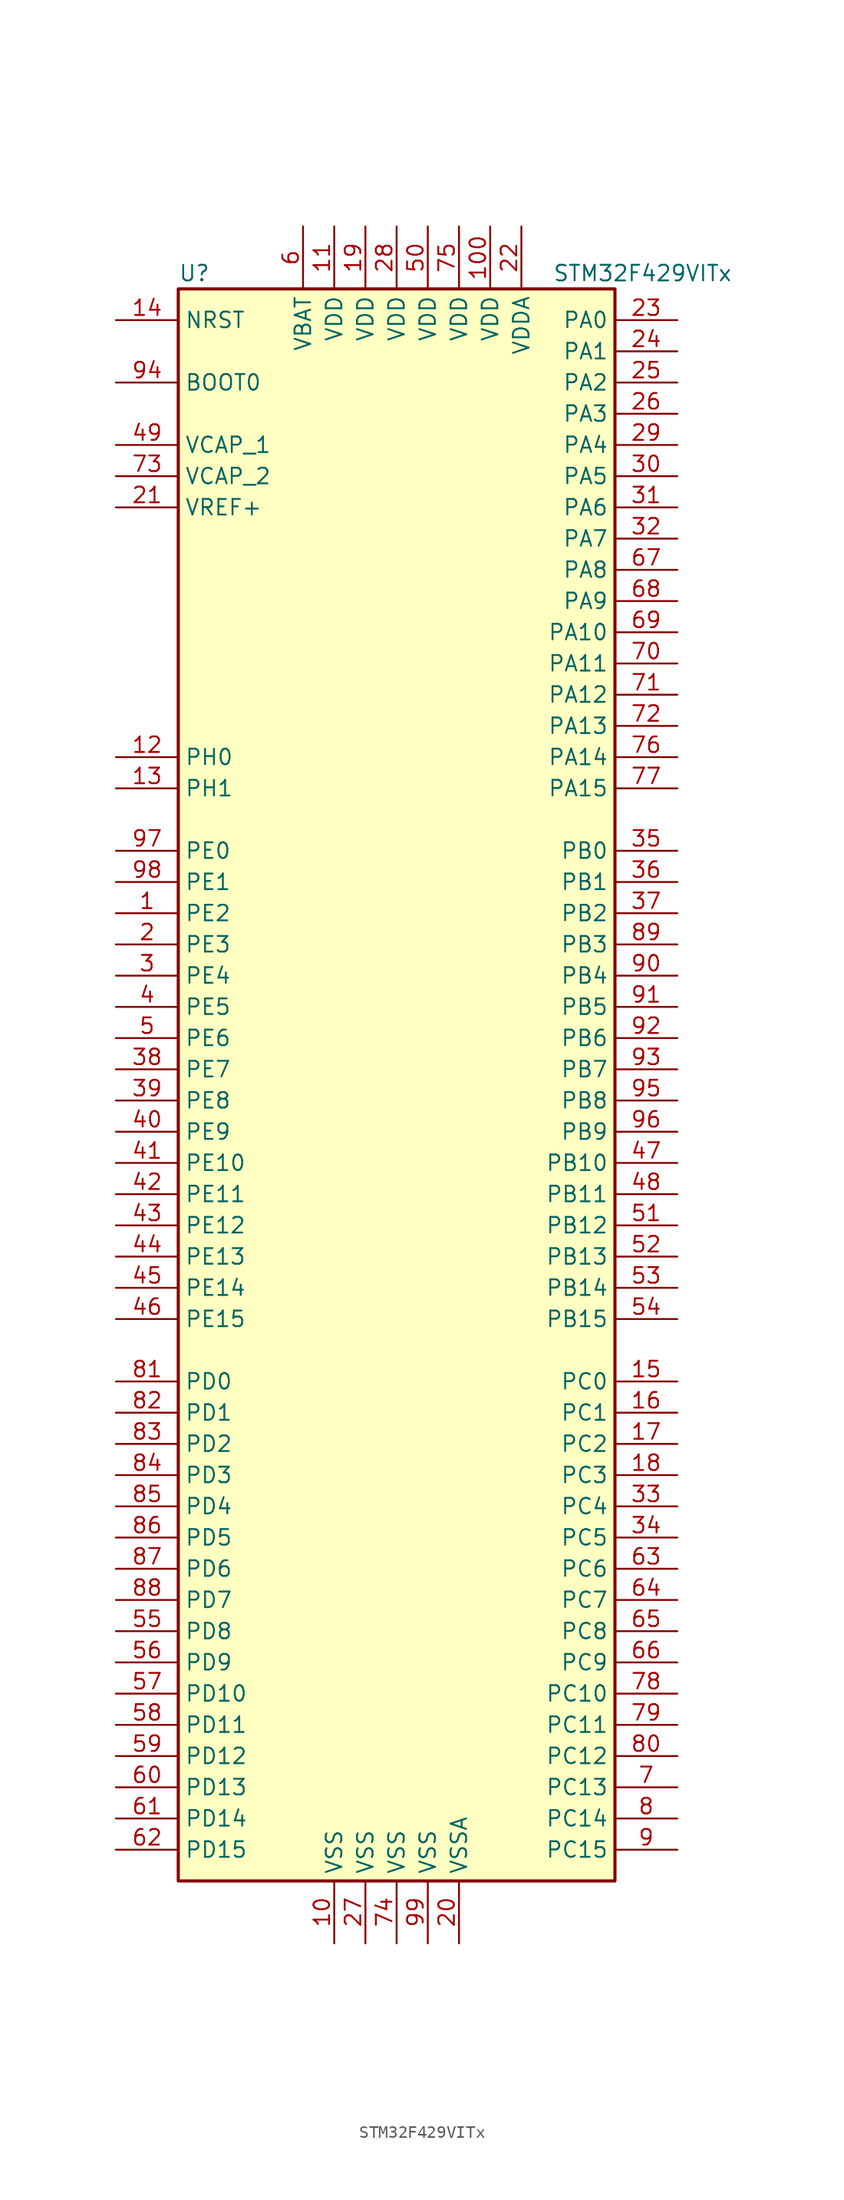
<source format=kicad_sym>
(kicad_symbol_lib
  (version 20211014)
  (generator kicad_symbol_editor)
  (symbol "STM32F429VITx"
    (property "Reference" "U"
      (at -17.78 64.77 0)
      (effects (font (size 1.27 1.27)) (justify left)))
    (property "Value" "STM32F429VITx"
      (at 12.7 64.77 0)
      (effects (font (size 1.27 1.27)) (justify left)))
    (symbol "STM32F429VITx_0_1"
      (rectangle (start -17.78 -66.04) (end 17.78 63.5) (stroke (width 0.254) (type default) (color 0 0 0 0)) (fill (type background))))
    (symbol "STM32F429VITx_1_1"
      (pin bidirectional line (at -22.86 12.7 0) (length 5.08) (name "PE2" (effects (font (size 1.27 1.27)))) (number "1" (effects (font (size 1.27 1.27)))))
      (pin power_in line (at -5.08 -71.12 90) (length 5.08) (name "VSS" (effects (font (size 1.27 1.27)))) (number "10" (effects (font (size 1.27 1.27)))))
      (pin power_in line (at 7.62 68.58 270) (length 5.08) (name "VDD" (effects (font (size 1.27 1.27)))) (number "100" (effects (font (size 1.27 1.27)))))
      (pin power_in line (at -5.08 68.58 270) (length 5.08) (name "VDD" (effects (font (size 1.27 1.27)))) (number "11" (effects (font (size 1.27 1.27)))))
      (pin input line (at -22.86 25.4 0) (length 5.08) (name "PH0" (effects (font (size 1.27 1.27)))) (number "12" (effects (font (size 1.27 1.27)))))
      (pin input line (at -22.86 22.86 0) (length 5.08) (name "PH1" (effects (font (size 1.27 1.27)))) (number "13" (effects (font (size 1.27 1.27)))))
      (pin input line (at -22.86 60.96 0) (length 5.08) (name "NRST" (effects (font (size 1.27 1.27)))) (number "14" (effects (font (size 1.27 1.27)))))
      (pin bidirectional line (at 22.86 -25.4 180) (length 5.08) (name "PC0" (effects (font (size 1.27 1.27)))) (number "15" (effects (font (size 1.27 1.27)))))
      (pin bidirectional line (at 22.86 -27.94 180) (length 5.08) (name "PC1" (effects (font (size 1.27 1.27)))) (number "16" (effects (font (size 1.27 1.27)))))
      (pin bidirectional line (at 22.86 -30.48 180) (length 5.08) (name "PC2" (effects (font (size 1.27 1.27)))) (number "17" (effects (font (size 1.27 1.27)))))
      (pin bidirectional line (at 22.86 -33.02 180) (length 5.08) (name "PC3" (effects (font (size 1.27 1.27)))) (number "18" (effects (font (size 1.27 1.27)))))
      (pin power_in line (at -2.54 68.58 270) (length 5.08) (name "VDD" (effects (font (size 1.27 1.27)))) (number "19" (effects (font (size 1.27 1.27)))))
      (pin bidirectional line (at -22.86 10.16 0) (length 5.08) (name "PE3" (effects (font (size 1.27 1.27)))) (number "2" (effects (font (size 1.27 1.27)))))
      (pin power_in line (at 5.08 -71.12 90) (length 5.08) (name "VSSA" (effects (font (size 1.27 1.27)))) (number "20" (effects (font (size 1.27 1.27)))))
      (pin power_in line (at -22.86 45.72 0) (length 5.08) (name "VREF+" (effects (font (size 1.27 1.27)))) (number "21" (effects (font (size 1.27 1.27)))))
      (pin power_in line (at 10.16 68.58 270) (length 5.08) (name "VDDA" (effects (font (size 1.27 1.27)))) (number "22" (effects (font (size 1.27 1.27)))))
      (pin bidirectional line (at 22.86 60.96 180) (length 5.08) (name "PA0" (effects (font (size 1.27 1.27)))) (number "23" (effects (font (size 1.27 1.27)))))
      (pin bidirectional line (at 22.86 58.42 180) (length 5.08) (name "PA1" (effects (font (size 1.27 1.27)))) (number "24" (effects (font (size 1.27 1.27)))))
      (pin bidirectional line (at 22.86 55.88 180) (length 5.08) (name "PA2" (effects (font (size 1.27 1.27)))) (number "25" (effects (font (size 1.27 1.27)))))
      (pin bidirectional line (at 22.86 53.34 180) (length 5.08) (name "PA3" (effects (font (size 1.27 1.27)))) (number "26" (effects (font (size 1.27 1.27)))))
      (pin power_in line (at -2.54 -71.12 90) (length 5.08) (name "VSS" (effects (font (size 1.27 1.27)))) (number "27" (effects (font (size 1.27 1.27)))))
      (pin power_in line (at 0 68.58 270) (length 5.08) (name "VDD" (effects (font (size 1.27 1.27)))) (number "28" (effects (font (size 1.27 1.27)))))
      (pin bidirectional line (at 22.86 50.8 180) (length 5.08) (name "PA4" (effects (font (size 1.27 1.27)))) (number "29" (effects (font (size 1.27 1.27)))))
      (pin bidirectional line (at -22.86 7.62 0) (length 5.08) (name "PE4" (effects (font (size 1.27 1.27)))) (number "3" (effects (font (size 1.27 1.27)))))
      (pin bidirectional line (at 22.86 48.26 180) (length 5.08) (name "PA5" (effects (font (size 1.27 1.27)))) (number "30" (effects (font (size 1.27 1.27)))))
      (pin bidirectional line (at 22.86 45.72 180) (length 5.08) (name "PA6" (effects (font (size 1.27 1.27)))) (number "31" (effects (font (size 1.27 1.27)))))
      (pin bidirectional line (at 22.86 43.18 180) (length 5.08) (name "PA7" (effects (font (size 1.27 1.27)))) (number "32" (effects (font (size 1.27 1.27)))))
      (pin bidirectional line (at 22.86 -35.56 180) (length 5.08) (name "PC4" (effects (font (size 1.27 1.27)))) (number "33" (effects (font (size 1.27 1.27)))))
      (pin bidirectional line (at 22.86 -38.1 180) (length 5.08) (name "PC5" (effects (font (size 1.27 1.27)))) (number "34" (effects (font (size 1.27 1.27)))))
      (pin bidirectional line (at 22.86 17.78 180) (length 5.08) (name "PB0" (effects (font (size 1.27 1.27)))) (number "35" (effects (font (size 1.27 1.27)))))
      (pin bidirectional line (at 22.86 15.24 180) (length 5.08) (name "PB1" (effects (font (size 1.27 1.27)))) (number "36" (effects (font (size 1.27 1.27)))))
      (pin bidirectional line (at 22.86 12.7 180) (length 5.08) (name "PB2" (effects (font (size 1.27 1.27)))) (number "37" (effects (font (size 1.27 1.27)))))
      (pin bidirectional line (at -22.86 0 0) (length 5.08) (name "PE7" (effects (font (size 1.27 1.27)))) (number "38" (effects (font (size 1.27 1.27)))))
      (pin bidirectional line (at -22.86 -2.54 0) (length 5.08) (name "PE8" (effects (font (size 1.27 1.27)))) (number "39" (effects (font (size 1.27 1.27)))))
      (pin bidirectional line (at -22.86 5.08 0) (length 5.08) (name "PE5" (effects (font (size 1.27 1.27)))) (number "4" (effects (font (size 1.27 1.27)))))
      (pin bidirectional line (at -22.86 -5.08 0) (length 5.08) (name "PE9" (effects (font (size 1.27 1.27)))) (number "40" (effects (font (size 1.27 1.27)))))
      (pin bidirectional line (at -22.86 -7.62 0) (length 5.08) (name "PE10" (effects (font (size 1.27 1.27)))) (number "41" (effects (font (size 1.27 1.27)))))
      (pin bidirectional line (at -22.86 -10.16 0) (length 5.08) (name "PE11" (effects (font (size 1.27 1.27)))) (number "42" (effects (font (size 1.27 1.27)))))
      (pin bidirectional line (at -22.86 -12.7 0) (length 5.08) (name "PE12" (effects (font (size 1.27 1.27)))) (number "43" (effects (font (size 1.27 1.27)))))
      (pin bidirectional line (at -22.86 -15.24 0) (length 5.08) (name "PE13" (effects (font (size 1.27 1.27)))) (number "44" (effects (font (size 1.27 1.27)))))
      (pin bidirectional line (at -22.86 -17.78 0) (length 5.08) (name "PE14" (effects (font (size 1.27 1.27)))) (number "45" (effects (font (size 1.27 1.27)))))
      (pin bidirectional line (at -22.86 -20.32 0) (length 5.08) (name "PE15" (effects (font (size 1.27 1.27)))) (number "46" (effects (font (size 1.27 1.27)))))
      (pin bidirectional line (at 22.86 -7.62 180) (length 5.08) (name "PB10" (effects (font (size 1.27 1.27)))) (number "47" (effects (font (size 1.27 1.27)))))
      (pin bidirectional line (at 22.86 -10.16 180) (length 5.08) (name "PB11" (effects (font (size 1.27 1.27)))) (number "48" (effects (font (size 1.27 1.27)))))
      (pin power_in line (at -22.86 50.8 0) (length 5.08) (name "VCAP_1" (effects (font (size 1.27 1.27)))) (number "49" (effects (font (size 1.27 1.27)))))
      (pin bidirectional line (at -22.86 2.54 0) (length 5.08) (name "PE6" (effects (font (size 1.27 1.27)))) (number "5" (effects (font (size 1.27 1.27)))))
      (pin power_in line (at 2.54 68.58 270) (length 5.08) (name "VDD" (effects (font (size 1.27 1.27)))) (number "50" (effects (font (size 1.27 1.27)))))
      (pin bidirectional line (at 22.86 -12.7 180) (length 5.08) (name "PB12" (effects (font (size 1.27 1.27)))) (number "51" (effects (font (size 1.27 1.27)))))
      (pin bidirectional line (at 22.86 -15.24 180) (length 5.08) (name "PB13" (effects (font (size 1.27 1.27)))) (number "52" (effects (font (size 1.27 1.27)))))
      (pin bidirectional line (at 22.86 -17.78 180) (length 5.08) (name "PB14" (effects (font (size 1.27 1.27)))) (number "53" (effects (font (size 1.27 1.27)))))
      (pin bidirectional line (at 22.86 -20.32 180) (length 5.08) (name "PB15" (effects (font (size 1.27 1.27)))) (number "54" (effects (font (size 1.27 1.27)))))
      (pin bidirectional line (at -22.86 -45.72 0) (length 5.08) (name "PD8" (effects (font (size 1.27 1.27)))) (number "55" (effects (font (size 1.27 1.27)))))
      (pin bidirectional line (at -22.86 -48.26 0) (length 5.08) (name "PD9" (effects (font (size 1.27 1.27)))) (number "56" (effects (font (size 1.27 1.27)))))
      (pin bidirectional line (at -22.86 -50.8 0) (length 5.08) (name "PD10" (effects (font (size 1.27 1.27)))) (number "57" (effects (font (size 1.27 1.27)))))
      (pin bidirectional line (at -22.86 -53.34 0) (length 5.08) (name "PD11" (effects (font (size 1.27 1.27)))) (number "58" (effects (font (size 1.27 1.27)))))
      (pin bidirectional line (at -22.86 -55.88 0) (length 5.08) (name "PD12" (effects (font (size 1.27 1.27)))) (number "59" (effects (font (size 1.27 1.27)))))
      (pin power_in line (at -7.62 68.58 270) (length 5.08) (name "VBAT" (effects (font (size 1.27 1.27)))) (number "6" (effects (font (size 1.27 1.27)))))
      (pin bidirectional line (at -22.86 -58.42 0) (length 5.08) (name "PD13" (effects (font (size 1.27 1.27)))) (number "60" (effects (font (size 1.27 1.27)))))
      (pin bidirectional line (at -22.86 -60.96 0) (length 5.08) (name "PD14" (effects (font (size 1.27 1.27)))) (number "61" (effects (font (size 1.27 1.27)))))
      (pin bidirectional line (at -22.86 -63.5 0) (length 5.08) (name "PD15" (effects (font (size 1.27 1.27)))) (number "62" (effects (font (size 1.27 1.27)))))
      (pin bidirectional line (at 22.86 -40.64 180) (length 5.08) (name "PC6" (effects (font (size 1.27 1.27)))) (number "63" (effects (font (size 1.27 1.27)))))
      (pin bidirectional line (at 22.86 -43.18 180) (length 5.08) (name "PC7" (effects (font (size 1.27 1.27)))) (number "64" (effects (font (size 1.27 1.27)))))
      (pin bidirectional line (at 22.86 -45.72 180) (length 5.08) (name "PC8" (effects (font (size 1.27 1.27)))) (number "65" (effects (font (size 1.27 1.27)))))
      (pin bidirectional line (at 22.86 -48.26 180) (length 5.08) (name "PC9" (effects (font (size 1.27 1.27)))) (number "66" (effects (font (size 1.27 1.27)))))
      (pin bidirectional line (at 22.86 40.64 180) (length 5.08) (name "PA8" (effects (font (size 1.27 1.27)))) (number "67" (effects (font (size 1.27 1.27)))))
      (pin bidirectional line (at 22.86 38.1 180) (length 5.08) (name "PA9" (effects (font (size 1.27 1.27)))) (number "68" (effects (font (size 1.27 1.27)))))
      (pin bidirectional line (at 22.86 35.56 180) (length 5.08) (name "PA10" (effects (font (size 1.27 1.27)))) (number "69" (effects (font (size 1.27 1.27)))))
      (pin bidirectional line (at 22.86 -58.42 180) (length 5.08) (name "PC13" (effects (font (size 1.27 1.27)))) (number "7" (effects (font (size 1.27 1.27)))))
      (pin bidirectional line (at 22.86 33.02 180) (length 5.08) (name "PA11" (effects (font (size 1.27 1.27)))) (number "70" (effects (font (size 1.27 1.27)))))
      (pin bidirectional line (at 22.86 30.48 180) (length 5.08) (name "PA12" (effects (font (size 1.27 1.27)))) (number "71" (effects (font (size 1.27 1.27)))))
      (pin bidirectional line (at 22.86 27.94 180) (length 5.08) (name "PA13" (effects (font (size 1.27 1.27)))) (number "72" (effects (font (size 1.27 1.27)))))
      (pin power_in line (at -22.86 48.26 0) (length 5.08) (name "VCAP_2" (effects (font (size 1.27 1.27)))) (number "73" (effects (font (size 1.27 1.27)))))
      (pin power_in line (at 0 -71.12 90) (length 5.08) (name "VSS" (effects (font (size 1.27 1.27)))) (number "74" (effects (font (size 1.27 1.27)))))
      (pin power_in line (at 5.08 68.58 270) (length 5.08) (name "VDD" (effects (font (size 1.27 1.27)))) (number "75" (effects (font (size 1.27 1.27)))))
      (pin bidirectional line (at 22.86 25.4 180) (length 5.08) (name "PA14" (effects (font (size 1.27 1.27)))) (number "76" (effects (font (size 1.27 1.27)))))
      (pin bidirectional line (at 22.86 22.86 180) (length 5.08) (name "PA15" (effects (font (size 1.27 1.27)))) (number "77" (effects (font (size 1.27 1.27)))))
      (pin bidirectional line (at 22.86 -50.8 180) (length 5.08) (name "PC10" (effects (font (size 1.27 1.27)))) (number "78" (effects (font (size 1.27 1.27)))))
      (pin bidirectional line (at 22.86 -53.34 180) (length 5.08) (name "PC11" (effects (font (size 1.27 1.27)))) (number "79" (effects (font (size 1.27 1.27)))))
      (pin bidirectional line (at 22.86 -60.96 180) (length 5.08) (name "PC14" (effects (font (size 1.27 1.27)))) (number "8" (effects (font (size 1.27 1.27)))))
      (pin bidirectional line (at 22.86 -55.88 180) (length 5.08) (name "PC12" (effects (font (size 1.27 1.27)))) (number "80" (effects (font (size 1.27 1.27)))))
      (pin bidirectional line (at -22.86 -25.4 0) (length 5.08) (name "PD0" (effects (font (size 1.27 1.27)))) (number "81" (effects (font (size 1.27 1.27)))))
      (pin bidirectional line (at -22.86 -27.94 0) (length 5.08) (name "PD1" (effects (font (size 1.27 1.27)))) (number "82" (effects (font (size 1.27 1.27)))))
      (pin bidirectional line (at -22.86 -30.48 0) (length 5.08) (name "PD2" (effects (font (size 1.27 1.27)))) (number "83" (effects (font (size 1.27 1.27)))))
      (pin bidirectional line (at -22.86 -33.02 0) (length 5.08) (name "PD3" (effects (font (size 1.27 1.27)))) (number "84" (effects (font (size 1.27 1.27)))))
      (pin bidirectional line (at -22.86 -35.56 0) (length 5.08) (name "PD4" (effects (font (size 1.27 1.27)))) (number "85" (effects (font (size 1.27 1.27)))))
      (pin bidirectional line (at -22.86 -38.1 0) (length 5.08) (name "PD5" (effects (font (size 1.27 1.27)))) (number "86" (effects (font (size 1.27 1.27)))))
      (pin bidirectional line (at -22.86 -40.64 0) (length 5.08) (name "PD6" (effects (font (size 1.27 1.27)))) (number "87" (effects (font (size 1.27 1.27)))))
      (pin bidirectional line (at -22.86 -43.18 0) (length 5.08) (name "PD7" (effects (font (size 1.27 1.27)))) (number "88" (effects (font (size 1.27 1.27)))))
      (pin bidirectional line (at 22.86 10.16 180) (length 5.08) (name "PB3" (effects (font (size 1.27 1.27)))) (number "89" (effects (font (size 1.27 1.27)))))
      (pin bidirectional line (at 22.86 -63.5 180) (length 5.08) (name "PC15" (effects (font (size 1.27 1.27)))) (number "9" (effects (font (size 1.27 1.27)))))
      (pin bidirectional line (at 22.86 7.62 180) (length 5.08) (name "PB4" (effects (font (size 1.27 1.27)))) (number "90" (effects (font (size 1.27 1.27)))))
      (pin bidirectional line (at 22.86 5.08 180) (length 5.08) (name "PB5" (effects (font (size 1.27 1.27)))) (number "91" (effects (font (size 1.27 1.27)))))
      (pin bidirectional line (at 22.86 2.54 180) (length 5.08) (name "PB6" (effects (font (size 1.27 1.27)))) (number "92" (effects (font (size 1.27 1.27)))))
      (pin bidirectional line (at 22.86 0 180) (length 5.08) (name "PB7" (effects (font (size 1.27 1.27)))) (number "93" (effects (font (size 1.27 1.27)))))
      (pin input line (at -22.86 55.88 0) (length 5.08) (name "BOOT0" (effects (font (size 1.27 1.27)))) (number "94" (effects (font (size 1.27 1.27)))))
      (pin bidirectional line (at 22.86 -2.54 180) (length 5.08) (name "PB8" (effects (font (size 1.27 1.27)))) (number "95" (effects (font (size 1.27 1.27)))))
      (pin bidirectional line (at 22.86 -5.08 180) (length 5.08) (name "PB9" (effects (font (size 1.27 1.27)))) (number "96" (effects (font (size 1.27 1.27)))))
      (pin bidirectional line (at -22.86 17.78 0) (length 5.08) (name "PE0" (effects (font (size 1.27 1.27)))) (number "97" (effects (font (size 1.27 1.27)))))
      (pin bidirectional line (at -22.86 15.24 0) (length 5.08) (name "PE1" (effects (font (size 1.27 1.27)))) (number "98" (effects (font (size 1.27 1.27)))))
      (pin power_in line (at 2.54 -71.12 90) (length 5.08) (name "VSS" (effects (font (size 1.27 1.27)))) (number "99" (effects (font (size 1.27 1.27))))))))
</source>
